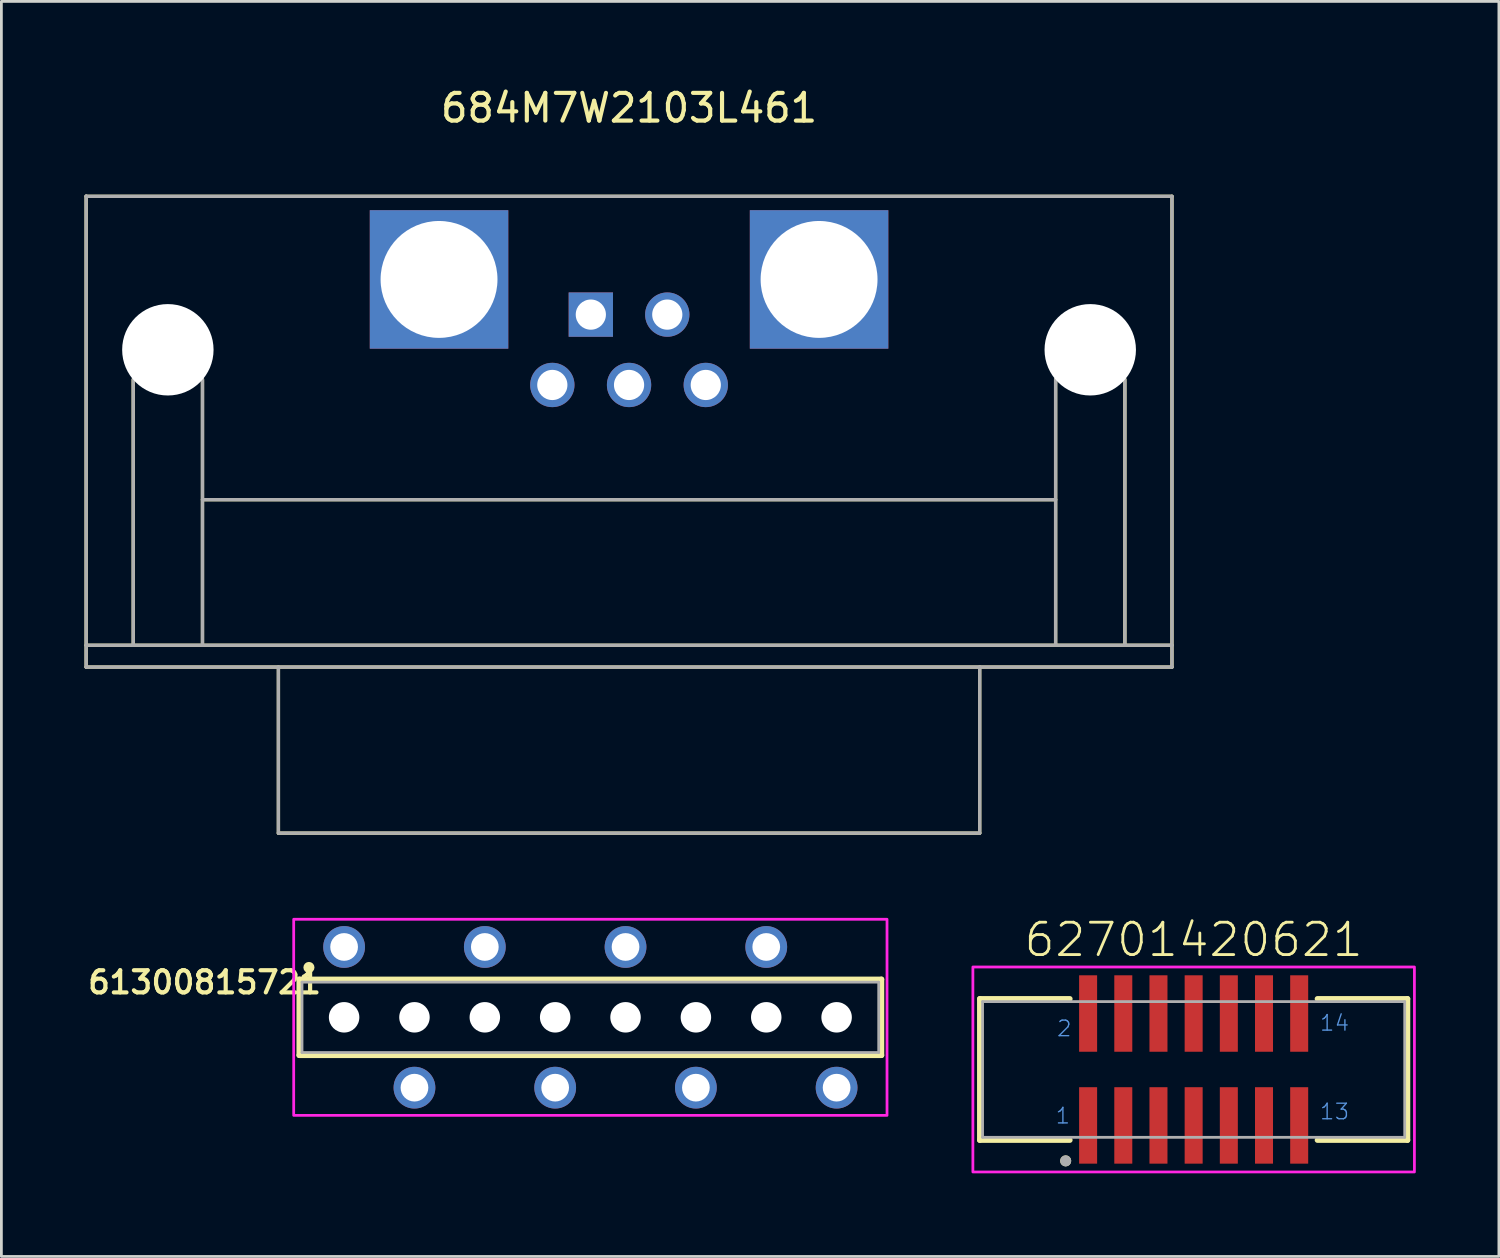
<source format=kicad_pcb>
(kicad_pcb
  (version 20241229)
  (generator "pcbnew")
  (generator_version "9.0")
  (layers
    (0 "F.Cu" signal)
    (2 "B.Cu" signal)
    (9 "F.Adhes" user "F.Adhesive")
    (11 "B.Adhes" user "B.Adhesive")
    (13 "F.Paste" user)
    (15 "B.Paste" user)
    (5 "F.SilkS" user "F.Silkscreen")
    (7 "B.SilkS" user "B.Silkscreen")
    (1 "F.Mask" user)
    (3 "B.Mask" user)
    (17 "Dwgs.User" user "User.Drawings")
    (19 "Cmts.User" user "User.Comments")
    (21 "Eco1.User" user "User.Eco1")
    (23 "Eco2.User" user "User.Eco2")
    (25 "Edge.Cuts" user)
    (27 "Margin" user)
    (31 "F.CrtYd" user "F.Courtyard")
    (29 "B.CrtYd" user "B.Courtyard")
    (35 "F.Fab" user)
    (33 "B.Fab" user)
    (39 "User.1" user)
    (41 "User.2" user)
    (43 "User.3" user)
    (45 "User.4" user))
  (footprint "62701420621"
    (layer "F.Cu")
    (at 40.043 35.56)
    (property "Reference" "62701420621" (at 0 -4 0) (layer "F.SilkS") (effects (font (size 1.168 1.168) (thickness 0.102)) (justify bottom)))
    (attr smd)
    (fp_line (start -7.72 -2.55) (end -7.72 2.55) (stroke (width 0.2) (type solid)) (layer "F.SilkS"))
    (fp_line (start -7.72 2.55) (end -4.47 2.55) (stroke (width 0.2) (type solid)) (layer "F.SilkS"))
    (fp_line (start -4.47 -2.55) (end -7.72 -2.55) (stroke (width 0.2) (type solid)) (layer "F.SilkS"))
    (fp_line (start 4.47 -2.55) (end 7.72 -2.55) (stroke (width 0.2) (type solid)) (layer "F.SilkS"))
    (fp_line (start 7.72 -2.55) (end 7.72 2.55) (stroke (width 0.2) (type solid)) (layer "F.SilkS"))
    (fp_line (start 7.72 2.55) (end 4.47 2.55) (stroke (width 0.2) (type solid)) (layer "F.SilkS"))
    (fp_circle (center -4.62 3.3) (end -4.52 3.3) (stroke (width 0.2) (type solid)) (fill no) (layer "F.SilkS"))
    (fp_poly (pts (xy 7.97 3.7) (xy -7.97 3.7) (xy -7.97 -3.7) (xy 7.97 -3.7)) (stroke (width 0.1) (type default)) (fill no) (layer "F.CrtYd"))
    (fp_line (start -7.62 -2.45) (end 7.62 -2.45) (stroke (width 0.1) (type solid)) (layer "F.Fab"))
    (fp_line (start -7.62 2.45) (end -7.62 -2.45) (stroke (width 0.1) (type solid)) (layer "F.Fab"))
    (fp_line (start 7.62 -2.45) (end 7.62 2.45) (stroke (width 0.1) (type solid)) (layer "F.Fab"))
    (fp_line (start 7.62 2.45) (end -7.62 2.45) (stroke (width 0.1) (type solid)) (layer "F.Fab"))
    (fp_circle (center -4.62 3.3) (end -4.52 3.3) (stroke (width 0.2) (type solid)) (fill no) (layer "F.Fab"))
    (fp_text user "1" (at -5.02 2 0) (layer "Cmts.User") (effects (font (size 0.561 0.561) (thickness 0.049)) (justify left bottom)))
    (fp_text user "14" (at 4.52 -1.35 0) (layer "Cmts.User") (effects (font (size 0.561 0.561) (thickness 0.049)) (justify left bottom)))
    (fp_text user "2" (at -4.97 -1.15 0) (layer "Cmts.User") (effects (font (size 0.561 0.561) (thickness 0.049)) (justify left bottom)))
    (fp_text user "13" (at 4.52 1.85 0) (layer "Cmts.User") (effects (font (size 0.561 0.561) (thickness 0.049)) (justify left bottom)))
    (pad "1" smd rect (at -3.81 2.02) (size 0.65 2.76) (layers "F.Cu" "F.Mask" "F.Paste"))
    (pad "2" smd rect (at -3.81 -2.02) (size 0.65 2.76) (layers "F.Cu" "F.Mask" "F.Paste"))
    (pad "3" smd rect (at -2.54 2.02) (size 0.65 2.76) (layers "F.Cu" "F.Mask" "F.Paste"))
    (pad "4" smd rect (at -2.54 -2.02) (size 0.65 2.76) (layers "F.Cu" "F.Mask" "F.Paste"))
    (pad "5" smd rect (at -1.27 2.02) (size 0.65 2.76) (layers "F.Cu" "F.Mask" "F.Paste"))
    (pad "6" smd rect (at -1.27 -2.02) (size 0.65 2.76) (layers "F.Cu" "F.Mask" "F.Paste"))
    (pad "7" smd rect (at 0 2.02) (size 0.65 2.76) (layers "F.Cu" "F.Mask" "F.Paste"))
    (pad "8" smd rect (at 0 -2.02) (size 0.65 2.76) (layers "F.Cu" "F.Mask" "F.Paste"))
    (pad "9" smd rect (at 1.27 2.02) (size 0.65 2.76) (layers "F.Cu" "F.Mask" "F.Paste"))
    (pad "10" smd rect (at 1.27 -2.02) (size 0.65 2.76) (layers "F.Cu" "F.Mask" "F.Paste"))
    (pad "11" smd rect (at 2.54 2.02) (size 0.65 2.76) (layers "F.Cu" "F.Mask" "F.Paste"))
    (pad "12" smd rect (at 2.54 -2.02) (size 0.65 2.76) (layers "F.Cu" "F.Mask" "F.Paste"))
    (pad "13" smd rect (at 3.81 2.02) (size 0.65 2.76) (layers "F.Cu" "F.Mask" "F.Paste"))
    (pad "14" smd rect (at 3.81 -2.02) (size 0.65 2.76) (layers "F.Cu" "F.Mask" "F.Paste")))
  (footprint "684M7W2103L461"
    (layer "F.Cu")
    (at 19.66 10.848)
    (property "Reference" "684M7W2103L461" (at 0 -10 0) (layer "F.SilkS") (effects (font (size 1 1) (thickness 0.15))))
    (attr through_hole)
    (fp_line (start -19.6 9.398) (end 19.6 9.398) (stroke (width 0.12) (type solid)) (layer "F.SilkS"))
    (fp_line (start -19.6 10.185) (end -19.6 -6.81) (stroke (width 0.12) (type solid)) (layer "F.SilkS"))
    (fp_line (start -19.6 10.185) (end 19.6 10.185) (stroke (width 0.12) (type solid)) (layer "F.SilkS"))
    (fp_line (start -17.9 -0.2) (end -17.9 9.398) (stroke (width 0.12) (type solid)) (layer "F.SilkS"))
    (fp_line (start -15.4 4.14) (end 15.4 4.14) (stroke (width 0.12) (type solid)) (layer "F.SilkS"))
    (fp_line (start -15.4 9.398) (end -15.4 -0.2) (stroke (width 0.12) (type solid)) (layer "F.SilkS"))
    (fp_line (start -12.659 10.185) (end -12.659 16.179) (stroke (width 0.12) (type solid)) (layer "F.SilkS"))
    (fp_line (start -12.659 16.179) (end 12.659 16.179) (stroke (width 0.12) (type solid)) (layer "F.SilkS"))
    (fp_line (start 12.659 10.185) (end 12.659 16.179) (stroke (width 0.12) (type solid)) (layer "F.SilkS"))
    (fp_line (start 15.4 -0.2) (end 15.4 9.398) (stroke (width 0.12) (type solid)) (layer "F.SilkS"))
    (fp_line (start 17.9 9.398) (end 17.9 -0.2) (stroke (width 0.12) (type solid)) (layer "F.SilkS"))
    (fp_line (start 19.6 -6.81) (end -19.6 -6.81) (stroke (width 0.12) (type solid)) (layer "F.SilkS"))
    (fp_line (start 19.6 -6.81) (end 19.6 10.185) (stroke (width 0.12) (type solid)) (layer "F.SilkS"))
    (fp_line (start -19.6 -6.81) (end 19.6 -6.81) (stroke (width 0.12) (type solid)) (layer "F.Fab"))
    (fp_line (start -19.6 10.185) (end -19.6 -6.825) (stroke (width 0.12) (type solid)) (layer "F.Fab"))
    (fp_line (start -17.9 9.4) (end -17.9 -0.2) (stroke (width 0.12) (type solid)) (layer "F.Fab"))
    (fp_line (start -15.4 -0.2) (end -15.4 9.4) (stroke (width 0.12) (type solid)) (layer "F.Fab"))
    (fp_line (start -15.4 4.14) (end 15.4 4.14) (stroke (width 0.12) (type solid)) (layer "F.Fab"))
    (fp_line (start -12.659 10.185) (end -12.659 16.179) (stroke (width 0.12) (type solid)) (layer "F.Fab"))
    (fp_line (start -12.659 16.179) (end 12.659 16.179) (stroke (width 0.12) (type solid)) (layer "F.Fab"))
    (fp_line (start 12.659 16.179) (end 12.659 10.179) (stroke (width 0.12) (type solid)) (layer "F.Fab"))
    (fp_line (start 15.4 -0.2) (end 15.4 9.4) (stroke (width 0.12) (type solid)) (layer "F.Fab"))
    (fp_line (start 17.9 9.4) (end 17.9 -0.2) (stroke (width 0.12) (type solid)) (layer "F.Fab"))
    (fp_line (start 19.6 -6.81) (end 19.6 10.185) (stroke (width 0.12) (type solid)) (layer "F.Fab"))
    (fp_line (start 19.6 9.398) (end -19.6 9.398) (stroke (width 0.12) (type solid)) (layer "F.Fab"))
    (fp_line (start 19.6 10.185) (end -19.6 10.185) (stroke (width 0.12) (type solid)) (layer "F.Fab"))
    (pad "" np_thru_hole circle (at -16.65 -1.27) (size 3.3 3.3) (drill 3.3) (layers "*.Cu" "*.Mask"))
    (pad "" np_thru_hole circle (at 16.65 -1.27) (size 3.3 3.3) (drill 3.3) (layers "*.Cu" "*.Mask"))
    (pad "1" thru_hole rect (at -1.38 -2.54) (size 1.6 1.6) (drill 1.09) (layers "*.Cu" "*.Mask"))
    (pad "2" thru_hole circle (at 1.38 -2.54) (size 1.6 1.6) (drill 1.09) (layers "*.Cu" "*.Mask"))
    (pad "3" thru_hole circle (at -2.77 0) (size 1.6 1.6) (drill 1.09) (layers "*.Cu" "*.Mask"))
    (pad "4" thru_hole circle (at 0 0) (size 1.6 1.6) (drill 1.09) (layers "*.Cu" "*.Mask"))
    (pad "5" thru_hole circle (at 2.77 0) (size 1.6 1.6) (drill 1.09) (layers "*.Cu" "*.Mask"))
    (pad "A1" thru_hole rect (at -6.86 -3.81) (size 5 5) (drill 4.22) (layers "*.Cu" "*.Mask"))
    (pad "A2" thru_hole rect (at 6.86 -3.81) (size 5 5) (drill 4.22) (layers "*.Cu" "*.Mask")))
  (footprint "61300815721"
    (layer "F.Cu")
    (at 18.263 33.677)
    (property "Reference" "61300815721" (at -13.927 -1.262 0) (layer "F.SilkS") (effects (font (size 0.8 0.8) (thickness 0.15))))
    (attr through_hole)
    (fp_line (start -10.51 -1.37) (end 10.51 -1.37) (stroke (width 0.2) (type solid)) (layer "F.SilkS"))
    (fp_line (start -10.51 1.37) (end -10.51 -1.37) (stroke (width 0.2) (type solid)) (layer "F.SilkS"))
    (fp_line (start 10.51 -1.37) (end 10.51 1.37) (stroke (width 0.2) (type solid)) (layer "F.SilkS"))
    (fp_line (start 10.51 1.37) (end -10.51 1.37) (stroke (width 0.2) (type solid)) (layer "F.SilkS"))
    (fp_circle (center -10.16 -1.8) (end -10.06 -1.8) (stroke (width 0.2) (type solid)) (fill no) (layer "F.SilkS"))
    (fp_poly (pts (xy 10.71 3.54) (xy -10.71 3.54) (xy -10.71 -3.54) (xy 10.71 -3.54)) (stroke (width 0.1) (type solid)) (fill no) (layer "F.CrtYd"))
    (fp_line (start -10.41 -1.27) (end 10.41 -1.27) (stroke (width 0.1) (type solid)) (layer "F.Fab"))
    (fp_line (start -10.41 1.27) (end -10.41 -1.27) (stroke (width 0.1) (type solid)) (layer "F.Fab"))
    (fp_line (start 10.41 -1.27) (end 10.41 1.27) (stroke (width 0.1) (type solid)) (layer "F.Fab"))
    (fp_line (start 10.41 1.27) (end -10.41 1.27) (stroke (width 0.1) (type solid)) (layer "F.Fab"))
    (pad "" np_thru_hole circle (at -8.89 0) (size 1.1 1.1) (drill 1.1) (layers "*.Cu" "*.Mask"))
    (pad "" np_thru_hole circle (at -6.35 0) (size 1.1 1.1) (drill 1.1) (layers "*.Cu" "*.Mask"))
    (pad "" np_thru_hole circle (at -3.81 0) (size 1.1 1.1) (drill 1.1) (layers "*.Cu" "*.Mask"))
    (pad "" np_thru_hole circle (at -1.27 0) (size 1.1 1.1) (drill 1.1) (layers "*.Cu" "*.Mask"))
    (pad "" np_thru_hole circle (at 1.27 0) (size 1.1 1.1) (drill 1.1) (layers "*.Cu" "*.Mask"))
    (pad "" np_thru_hole circle (at 3.81 0) (size 1.1 1.1) (drill 1.1) (layers "*.Cu" "*.Mask"))
    (pad "" np_thru_hole circle (at 6.35 0) (size 1.1 1.1) (drill 1.1) (layers "*.Cu" "*.Mask"))
    (pad "" np_thru_hole circle (at 8.89 0) (size 1.1 1.1) (drill 1.1) (layers "*.Cu" "*.Mask"))
    (pad "1" thru_hole circle (at -8.89 -2.54) (size 1.508 1.508) (drill 1) (layers "*.Cu" "*.Mask"))
    (pad "2" thru_hole circle (at -6.35 2.54) (size 1.508 1.508) (drill 1) (layers "*.Cu" "*.Mask"))
    (pad "3" thru_hole circle (at -3.81 -2.54) (size 1.508 1.508) (drill 1) (layers "*.Cu" "*.Mask"))
    (pad "4" thru_hole circle (at -1.27 2.54) (size 1.508 1.508) (drill 1) (layers "*.Cu" "*.Mask"))
    (pad "5" thru_hole circle (at 1.27 -2.54) (size 1.508 1.508) (drill 1) (layers "*.Cu" "*.Mask"))
    (pad "6" thru_hole circle (at 3.81 2.54) (size 1.508 1.508) (drill 1) (layers "*.Cu" "*.Mask"))
    (pad "7" thru_hole circle (at 6.35 -2.54) (size 1.508 1.508) (drill 1) (layers "*.Cu" "*.Mask"))
    (pad "8" thru_hole circle (at 8.89 2.54) (size 1.508 1.508) (drill 1) (layers "*.Cu" "*.Mask")))
  (gr_rect
    (start -3 -3)
    (end 51.063 42.31)
    (stroke (width 0.1) (type default))
    (fill no)
    (layer "Edge.Cuts")))
</source>
